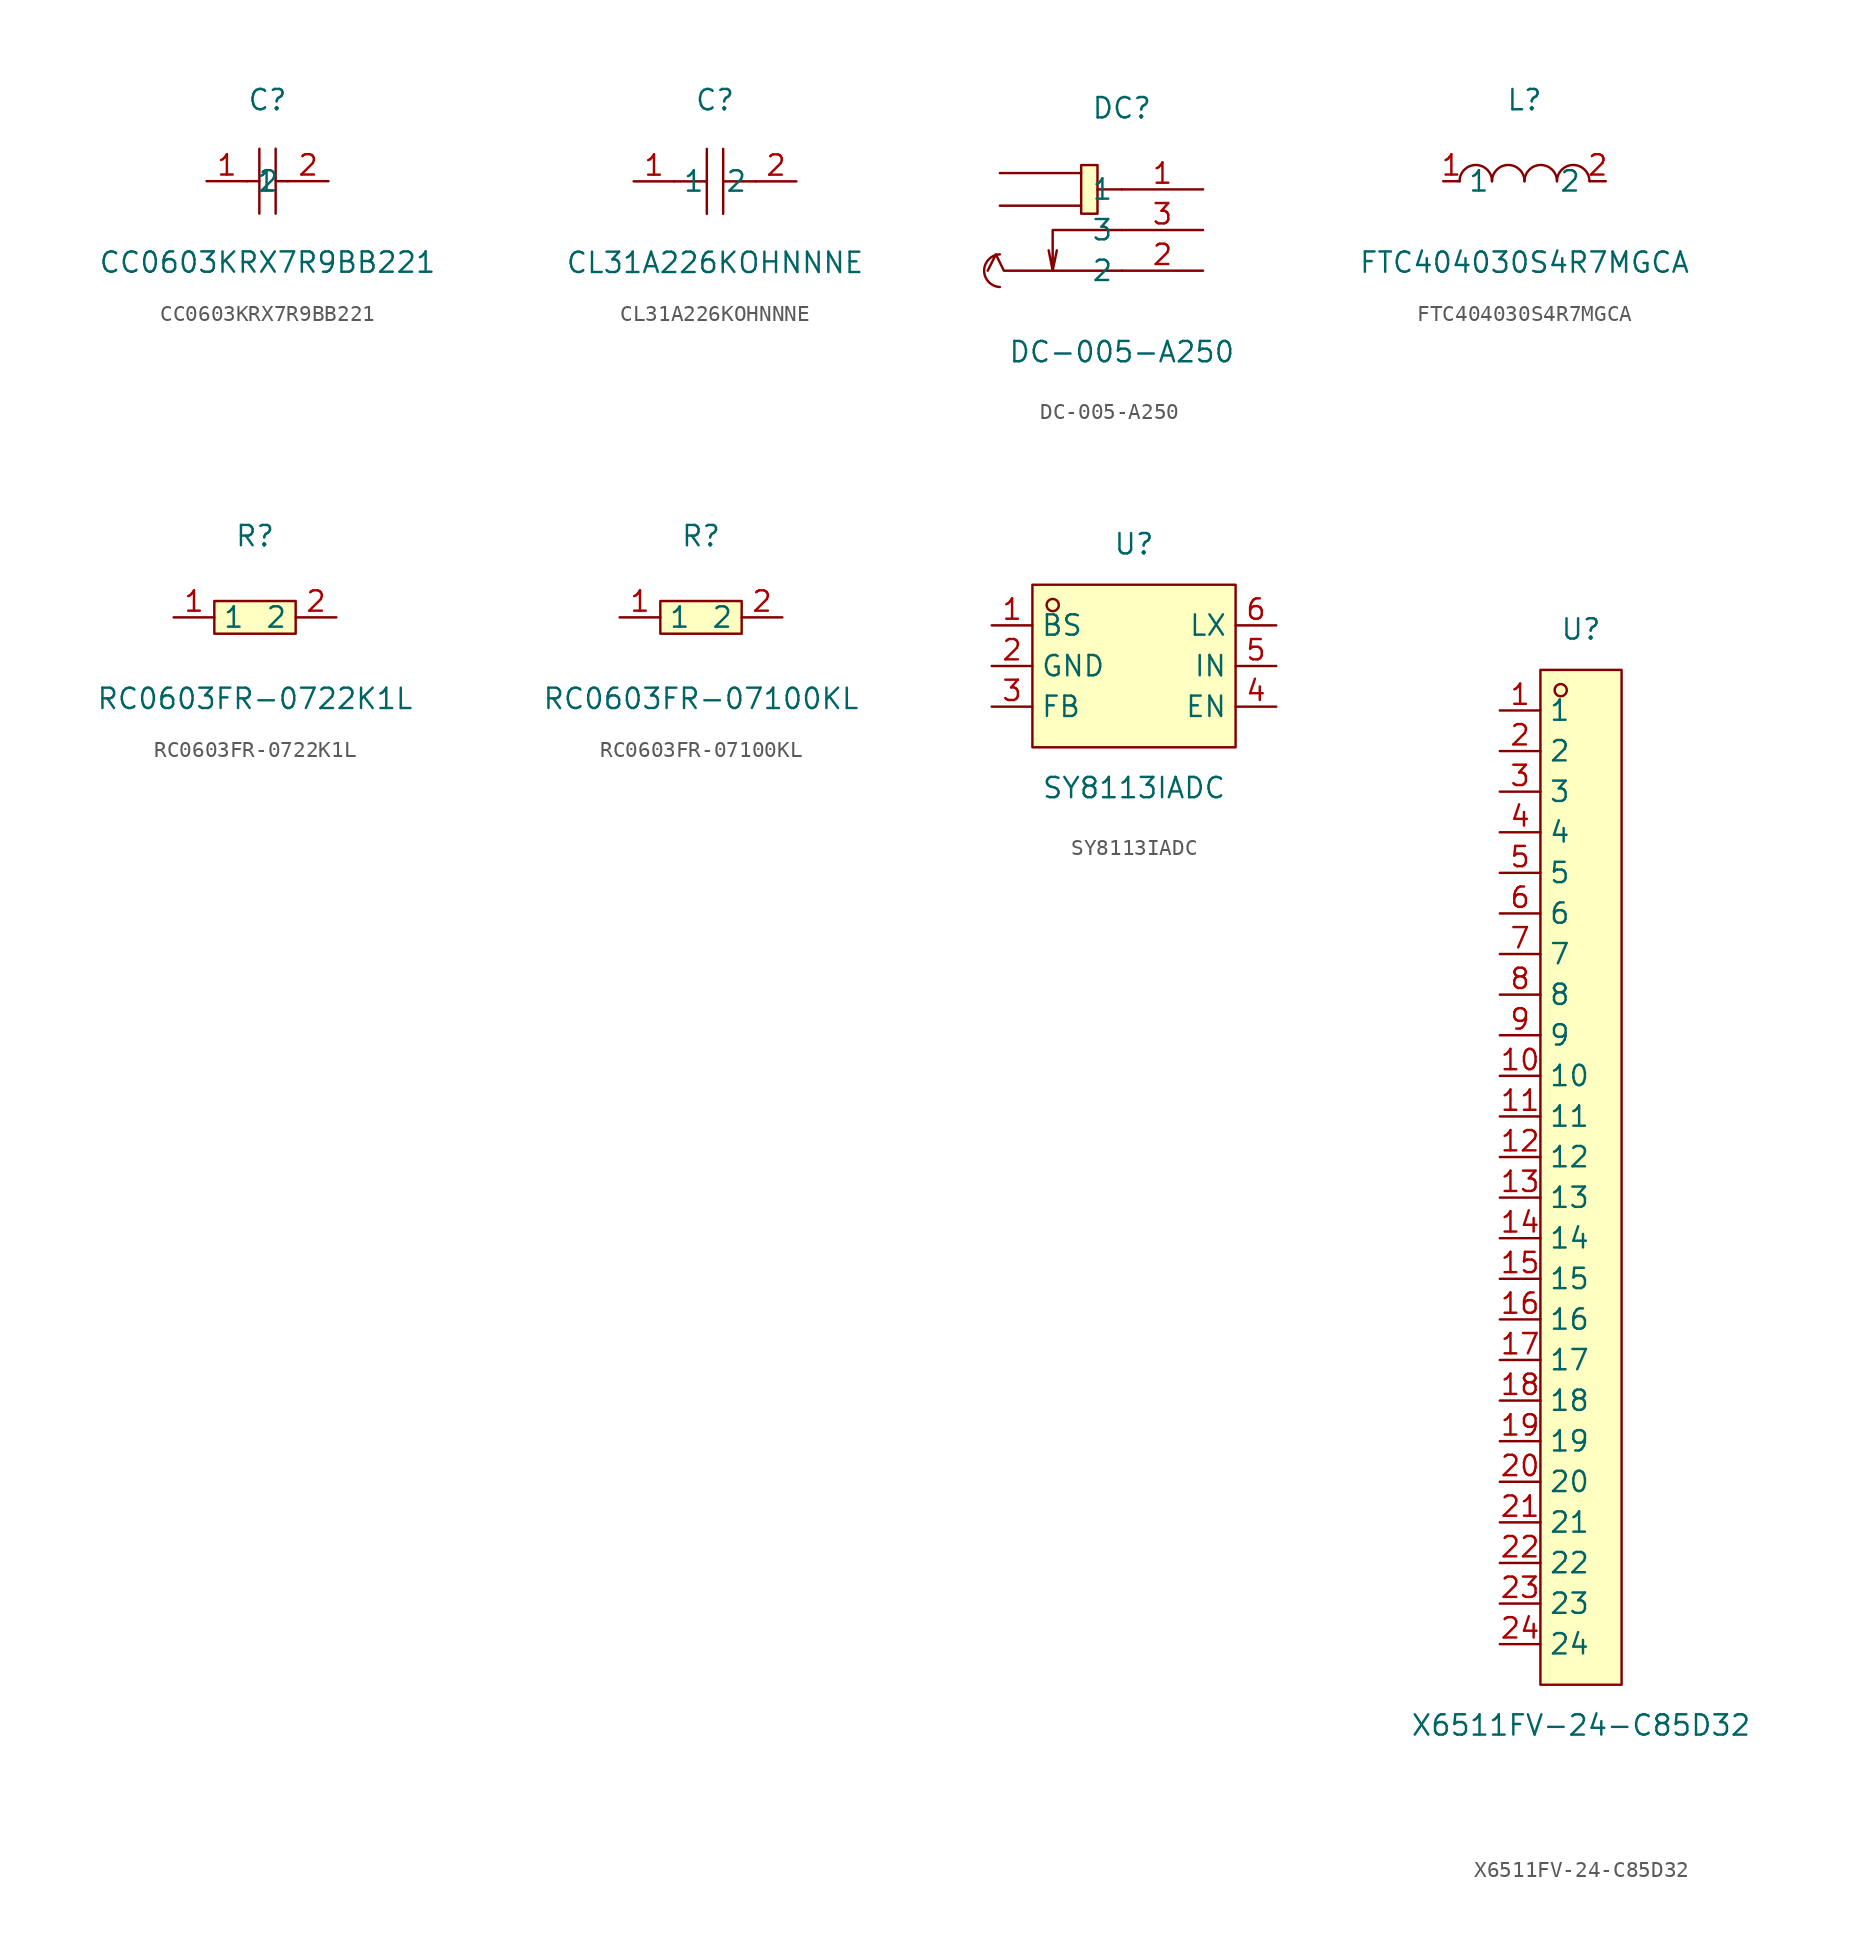
<source format=kicad_sym>
(kicad_symbol_lib
  (version 20211014)
  (generator https://github.com/uPesy/easyeda2kicad.py)
  (symbol "CC0603KRX7R9BB221"
    (property "Reference" "C"
      (at 0 5.08 0)
      (effects (font (size 1.27 1.27))))
    (property "Value" "CC0603KRX7R9BB221"
      (at 0 -5.08 0)
      (effects (font (size 1.27 1.27))))
    (symbol "CC0603KRX7R9BB221_0_1"
      (polyline (pts (xy -0.51 2.03) (xy -0.51 -2.03)) (stroke (width 0) (type default) (color 0 0 0 0)) (fill (type none)))
      (polyline (pts (xy 0.51 2.03) (xy 0.51 -2.03)) (stroke (width 0) (type default) (color 0 0 0 0)) (fill (type none)))
      (polyline (pts (xy -1.27 -0.00) (xy -0.51 -0.00)) (stroke (width 0) (type default) (color 0 0 0 0)) (fill (type none)))
      (polyline (pts (xy 0.51 -0.00) (xy 1.27 -0.00)) (stroke (width 0) (type default) (color 0 0 0 0)) (fill (type none)))
      (pin input line (at -3.81 -0.00 0) (length 2.54) (name "1" (effects (font (size 1.27 1.27)))) (number "1" (effects (font (size 1.27 1.27)))))
      (pin input line (at 3.81 -0.00 180) (length 2.54) (name "2" (effects (font (size 1.27 1.27)))) (number "2" (effects (font (size 1.27 1.27)))))))
  (symbol "CL31A226KOHNNNE"
    (property "Reference" "C"
      (at 0 5.08 0)
      (effects (font (size 1.27 1.27))))
    (property "Value" "CL31A226KOHNNNE"
      (at 0 -5.08 0)
      (effects (font (size 1.27 1.27))))
    (symbol "CL31A226KOHNNNE_0_1"
      (polyline (pts (xy -0.51 -2.03) (xy -0.51 2.03)) (stroke (width 0) (type default) (color 0 0 0 0)) (fill (type none)))
      (polyline (pts (xy 2.54 -0.00) (xy 0.51 -0.00)) (stroke (width 0) (type default) (color 0 0 0 0)) (fill (type none)))
      (polyline (pts (xy 0.51 2.03) (xy 0.51 -2.03)) (stroke (width 0) (type default) (color 0 0 0 0)) (fill (type none)))
      (polyline (pts (xy -0.51 -0.00) (xy -2.54 -0.00)) (stroke (width 0) (type default) (color 0 0 0 0)) (fill (type none)))
      (pin unspecified line (at -5.08 -0.00 0) (length 2.54) (name "1" (effects (font (size 1.27 1.27)))) (number "1" (effects (font (size 1.27 1.27)))))
      (pin unspecified line (at 5.08 -0.00 180) (length 2.54) (name "2" (effects (font (size 1.27 1.27)))) (number "2" (effects (font (size 1.27 1.27)))))))
  (symbol "DC-005-A250"
    (property "Reference" "DC"
      (at 0 7.62 0)
      (effects (font (size 1.27 1.27))))
    (property "Value" "DC-005-A250"
      (at 0 -7.62 0)
      (effects (font (size 1.27 1.27))))
    (symbol "DC-005-A250_0_1"
      (rectangle (start -2.54 4.06) (end -1.52 1.02) (stroke (width 0) (type default) (color 0 0 0 0)) (fill (type background)))
      (arc (start -7.62 -1.52) (mid -7.41 -1.55) (end -7.62 -3.56) (stroke (width 0) (type default) (color 0 0 0 0)) (fill (type none)))
      (polyline (pts (xy -4.32 -2.54) (xy -4.06 -1.27)) (stroke (width 0) (type default) (color 0 0 0 0)) (fill (type none)))
      (polyline (pts (xy 0.00 -0.00) (xy -4.32 -0.00) (xy -4.32 -2.54) (xy -4.57 -1.27)) (stroke (width 0) (type default) (color 0 0 0 0)) (fill (type none)))
      (polyline (pts (xy 0.00 -2.54) (xy -7.37 -2.54) (xy -7.87 -1.52) (xy -8.38 -2.54)) (stroke (width 0) (type default) (color 0 0 0 0)) (fill (type none)))
      (polyline (pts (xy -2.54 1.52) (xy -7.62 1.52)) (stroke (width 0) (type default) (color 0 0 0 0)) (fill (type none)))
      (polyline (pts (xy -2.54 3.56) (xy -7.62 3.56)) (stroke (width 0) (type default) (color 0 0 0 0)) (fill (type none)))
      (polyline (pts (xy 0.00 2.54) (xy -1.52 2.54)) (stroke (width 0) (type default) (color 0 0 0 0)) (fill (type none)))
      (pin unspecified line (at 5.08 -0.00 180) (length 5.08) (name "3" (effects (font (size 1.27 1.27)))) (number "3" (effects (font (size 1.27 1.27)))))
      (pin unspecified line (at 5.08 -2.54 180) (length 5.08) (name "2" (effects (font (size 1.27 1.27)))) (number "2" (effects (font (size 1.27 1.27)))))
      (pin unspecified line (at 5.08 2.54 180) (length 5.08) (name "1" (effects (font (size 1.27 1.27)))) (number "1" (effects (font (size 1.27 1.27)))))))
  (symbol "FTC404030S4R7MGCA"
    (property "Reference" "L"
      (at 0 5.08 0)
      (effects (font (size 1.27 1.27))))
    (property "Value" "FTC404030S4R7MGCA"
      (at 0 -5.08 0)
      (effects (font (size 1.27 1.27))))
    (symbol "FTC404030S4R7MGCA_0_1"
      (arc (start -4.06 -0.01) (mid -2.83 0.99) (end -2.03 0.01) (stroke (width 0) (type default) (color 0 0 0 0)) (fill (type none)))
      (arc (start -2.03 -0.01) (mid -0.80 0.99) (end 0.00 0.01) (stroke (width 0) (type default) (color 0 0 0 0)) (fill (type none)))
      (arc (start 2.03 -0.01) (mid 3.26 0.99) (end 4.06 0.01) (stroke (width 0) (type default) (color 0 0 0 0)) (fill (type none)))
      (arc (start 0.00 -0.01) (mid 1.23 0.99) (end 2.03 0.01) (stroke (width 0) (type default) (color 0 0 0 0)) (fill (type none)))
      (pin unspecified line (at 5.08 -0.00 180) (length 1.016) (name "2" (effects (font (size 1.27 1.27)))) (number "2" (effects (font (size 1.27 1.27)))))
      (pin unspecified line (at -5.08 -0.00 0) (length 1.016) (name "1" (effects (font (size 1.27 1.27)))) (number "1" (effects (font (size 1.27 1.27)))))))
  (symbol "RC0603FR-0722K1L"
    (property "Reference" "R"
      (at 0 5.08 0)
      (effects (font (size 1.27 1.27))))
    (property "Value" "RC0603FR-0722K1L"
      (at 0 -5.08 0)
      (effects (font (size 1.27 1.27))))
    (symbol "RC0603FR-0722K1L_0_1"
      (rectangle (start -2.54 1.02) (end 2.54 -1.02) (stroke (width 0) (type default) (color 0 0 0 0)) (fill (type background)))
      (pin input line (at 5.08 -0.00 180) (length 2.54) (name "2" (effects (font (size 1.27 1.27)))) (number "2" (effects (font (size 1.27 1.27)))))
      (pin input line (at -5.08 -0.00 0) (length 2.54) (name "1" (effects (font (size 1.27 1.27)))) (number "1" (effects (font (size 1.27 1.27)))))))
  (symbol "RC0603FR-07100KL"
    (property "Reference" "R"
      (at 0 5.08 0)
      (effects (font (size 1.27 1.27))))
    (property "Value" "RC0603FR-07100KL"
      (at 0 -5.08 0)
      (effects (font (size 1.27 1.27))))
    (symbol "RC0603FR-07100KL_0_1"
      (rectangle (start -2.54 1.02) (end 2.54 -1.02) (stroke (width 0) (type default) (color 0 0 0 0)) (fill (type background)))
      (pin unspecified line (at 5.08 -0.00 180) (length 2.54) (name "2" (effects (font (size 1.27 1.27)))) (number "2" (effects (font (size 1.27 1.27)))))
      (pin unspecified line (at -5.08 -0.00 0) (length 2.54) (name "1" (effects (font (size 1.27 1.27)))) (number "1" (effects (font (size 1.27 1.27)))))))
  (symbol "SY8113IADC"
    (property "Reference" "U"
      (at 0 7.62 0)
      (effects (font (size 1.27 1.27))))
    (property "Value" "SY8113IADC"
      (at 0 -7.62 0)
      (effects (font (size 1.27 1.27))))
    (symbol "SY8113IADC_0_1"
      (rectangle (start -6.35 5.08) (end 6.35 -5.08) (stroke (width 0) (type default) (color 0 0 0 0)) (fill (type background)))
      (circle (center -5.08 3.81) (radius 0.38) (stroke (width 0) (type default) (color 0 0 0 0)) (fill (type none)))
      (pin unspecified line (at -8.89 2.54 0) (length 2.54) (name "BS" (effects (font (size 1.27 1.27)))) (number "1" (effects (font (size 1.27 1.27)))))
      (pin unspecified line (at -8.89 -0.00 0) (length 2.54) (name "GND" (effects (font (size 1.27 1.27)))) (number "2" (effects (font (size 1.27 1.27)))))
      (pin unspecified line (at -8.89 -2.54 0) (length 2.54) (name "FB" (effects (font (size 1.27 1.27)))) (number "3" (effects (font (size 1.27 1.27)))))
      (pin unspecified line (at 8.89 -2.54 180) (length 2.54) (name "EN" (effects (font (size 1.27 1.27)))) (number "4" (effects (font (size 1.27 1.27)))))
      (pin unspecified line (at 8.89 -0.00 180) (length 2.54) (name "IN" (effects (font (size 1.27 1.27)))) (number "5" (effects (font (size 1.27 1.27)))))
      (pin unspecified line (at 8.89 2.54 180) (length 2.54) (name "LX" (effects (font (size 1.27 1.27)))) (number "6" (effects (font (size 1.27 1.27)))))))
  (symbol "X6511FV-24-C85D32"
    (property "Reference" "U"
      (at 0 34.29 0)
      (effects (font (size 1.27 1.27))))
    (property "Value" "X6511FV-24-C85D32"
      (at 0 -34.29 0)
      (effects (font (size 1.27 1.27))))
    (symbol "X6511FV-24-C85D32_0_1"
      (rectangle (start -2.54 31.75) (end 2.54 -31.75) (stroke (width 0) (type default) (color 0 0 0 0)) (fill (type background)))
      (circle (center -1.27 30.48) (radius 0.38) (stroke (width 0) (type default) (color 0 0 0 0)) (fill (type none)))
      (pin unspecified line (at -5.08 29.21 0) (length 2.54) (name "1" (effects (font (size 1.27 1.27)))) (number "1" (effects (font (size 1.27 1.27)))))
      (pin unspecified line (at -5.08 26.67 0) (length 2.54) (name "2" (effects (font (size 1.27 1.27)))) (number "2" (effects (font (size 1.27 1.27)))))
      (pin unspecified line (at -5.08 24.13 0) (length 2.54) (name "3" (effects (font (size 1.27 1.27)))) (number "3" (effects (font (size 1.27 1.27)))))
      (pin unspecified line (at -5.08 21.59 0) (length 2.54) (name "4" (effects (font (size 1.27 1.27)))) (number "4" (effects (font (size 1.27 1.27)))))
      (pin unspecified line (at -5.08 19.05 0) (length 2.54) (name "5" (effects (font (size 1.27 1.27)))) (number "5" (effects (font (size 1.27 1.27)))))
      (pin unspecified line (at -5.08 16.51 0) (length 2.54) (name "6" (effects (font (size 1.27 1.27)))) (number "6" (effects (font (size 1.27 1.27)))))
      (pin unspecified line (at -5.08 13.97 0) (length 2.54) (name "7" (effects (font (size 1.27 1.27)))) (number "7" (effects (font (size 1.27 1.27)))))
      (pin unspecified line (at -5.08 11.43 0) (length 2.54) (name "8" (effects (font (size 1.27 1.27)))) (number "8" (effects (font (size 1.27 1.27)))))
      (pin unspecified line (at -5.08 8.89 0) (length 2.54) (name "9" (effects (font (size 1.27 1.27)))) (number "9" (effects (font (size 1.27 1.27)))))
      (pin unspecified line (at -5.08 6.35 0) (length 2.54) (name "10" (effects (font (size 1.27 1.27)))) (number "10" (effects (font (size 1.27 1.27)))))
      (pin unspecified line (at -5.08 3.81 0) (length 2.54) (name "11" (effects (font (size 1.27 1.27)))) (number "11" (effects (font (size 1.27 1.27)))))
      (pin unspecified line (at -5.08 1.27 0) (length 2.54) (name "12" (effects (font (size 1.27 1.27)))) (number "12" (effects (font (size 1.27 1.27)))))
      (pin unspecified line (at -5.08 -1.27 0) (length 2.54) (name "13" (effects (font (size 1.27 1.27)))) (number "13" (effects (font (size 1.27 1.27)))))
      (pin unspecified line (at -5.08 -3.81 0) (length 2.54) (name "14" (effects (font (size 1.27 1.27)))) (number "14" (effects (font (size 1.27 1.27)))))
      (pin unspecified line (at -5.08 -6.35 0) (length 2.54) (name "15" (effects (font (size 1.27 1.27)))) (number "15" (effects (font (size 1.27 1.27)))))
      (pin unspecified line (at -5.08 -8.89 0) (length 2.54) (name "16" (effects (font (size 1.27 1.27)))) (number "16" (effects (font (size 1.27 1.27)))))
      (pin unspecified line (at -5.08 -11.43 0) (length 2.54) (name "17" (effects (font (size 1.27 1.27)))) (number "17" (effects (font (size 1.27 1.27)))))
      (pin unspecified line (at -5.08 -13.97 0) (length 2.54) (name "18" (effects (font (size 1.27 1.27)))) (number "18" (effects (font (size 1.27 1.27)))))
      (pin unspecified line (at -5.08 -16.51 0) (length 2.54) (name "19" (effects (font (size 1.27 1.27)))) (number "19" (effects (font (size 1.27 1.27)))))
      (pin unspecified line (at -5.08 -19.05 0) (length 2.54) (name "20" (effects (font (size 1.27 1.27)))) (number "20" (effects (font (size 1.27 1.27)))))
      (pin unspecified line (at -5.08 -21.59 0) (length 2.54) (name "21" (effects (font (size 1.27 1.27)))) (number "21" (effects (font (size 1.27 1.27)))))
      (pin unspecified line (at -5.08 -24.13 0) (length 2.54) (name "22" (effects (font (size 1.27 1.27)))) (number "22" (effects (font (size 1.27 1.27)))))
      (pin unspecified line (at -5.08 -26.67 0) (length 2.54) (name "23" (effects (font (size 1.27 1.27)))) (number "23" (effects (font (size 1.27 1.27)))))
      (pin unspecified line (at -5.08 -29.21 0) (length 2.54) (name "24" (effects (font (size 1.27 1.27)))) (number "24" (effects (font (size 1.27 1.27))))))))
</source>
